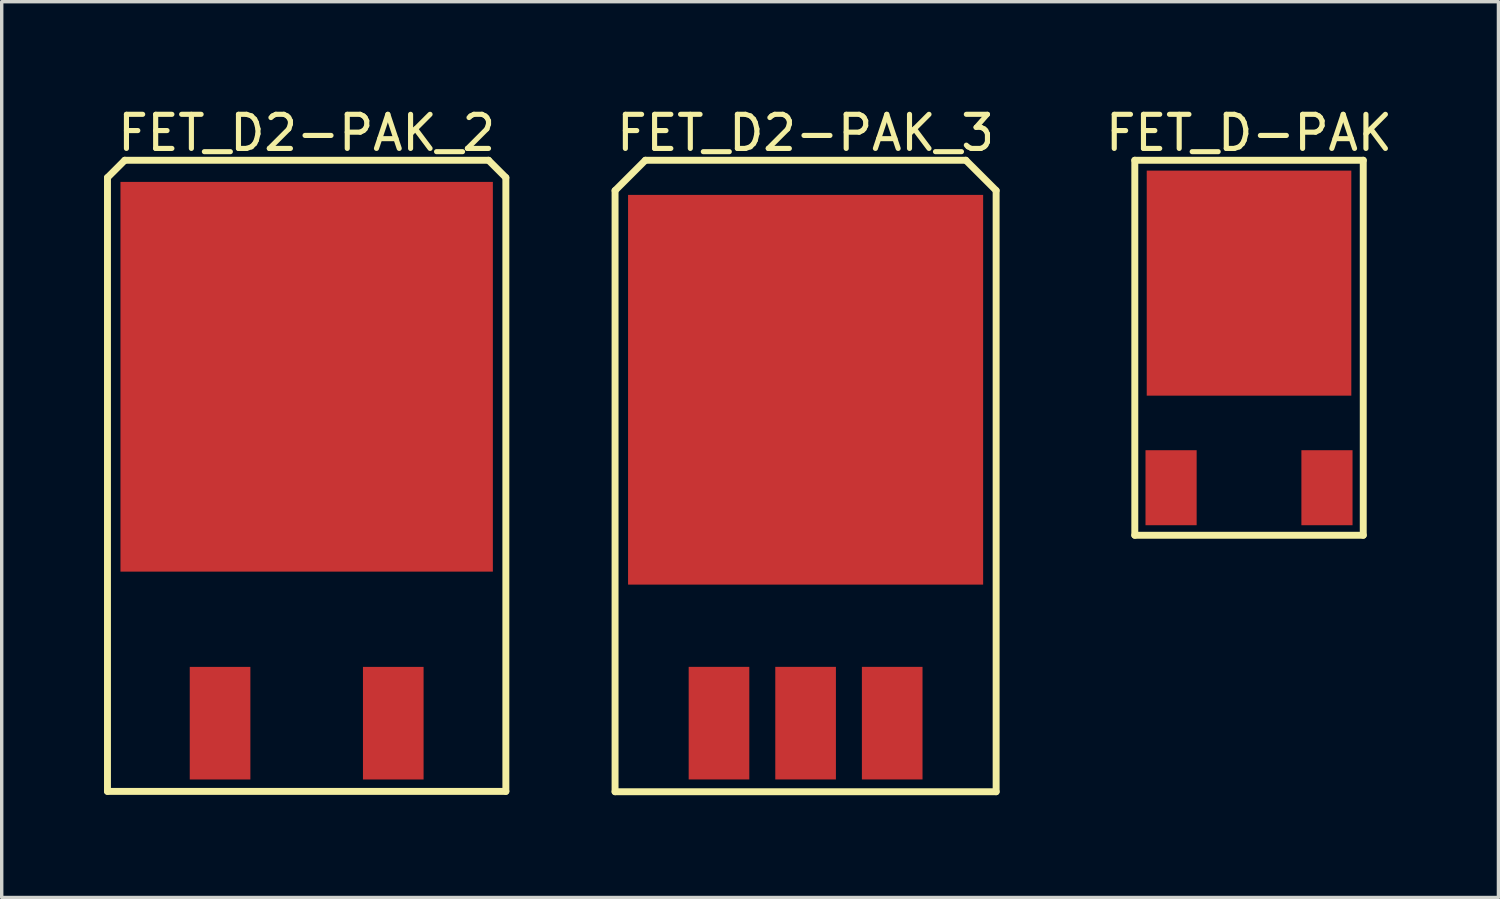
<source format=kicad_pcb>
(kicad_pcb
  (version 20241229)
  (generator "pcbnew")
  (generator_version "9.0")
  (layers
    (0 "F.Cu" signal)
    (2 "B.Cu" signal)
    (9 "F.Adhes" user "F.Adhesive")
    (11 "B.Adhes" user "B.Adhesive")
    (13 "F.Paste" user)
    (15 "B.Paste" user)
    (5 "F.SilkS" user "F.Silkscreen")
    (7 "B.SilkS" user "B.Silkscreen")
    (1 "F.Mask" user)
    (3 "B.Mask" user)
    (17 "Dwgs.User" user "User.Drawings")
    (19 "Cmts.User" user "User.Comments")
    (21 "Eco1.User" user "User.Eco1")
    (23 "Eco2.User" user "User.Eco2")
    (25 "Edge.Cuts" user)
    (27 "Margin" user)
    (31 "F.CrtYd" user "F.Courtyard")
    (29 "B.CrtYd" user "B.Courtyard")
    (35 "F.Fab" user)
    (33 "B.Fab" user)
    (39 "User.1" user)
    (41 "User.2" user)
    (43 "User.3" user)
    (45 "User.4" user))
  (footprint "FET_D-PAK"
    (layer "F.Cu")
    (at 33.582 8.254)
    (property "Reference" "FET_D-PAK" (at -0.0002 -7.406 0) (layer "F.SilkS") (effects (font (size 1 1) (thickness 0.15))))
    (fp_line (start -3.35 -6.604) (end 3.35 -6.604) (stroke (width 0.203) (type solid)) (layer "F.SilkS"))
    (fp_line (start -3.35 4.394) (end -3.35 -6.604) (stroke (width 0.203) (type solid)) (layer "F.SilkS"))
    (fp_line (start -3.35 4.394) (end 3.35 4.394) (stroke (width 0.203) (type solid)) (layer "F.SilkS"))
    (fp_line (start 3.35 4.394) (end 3.35 -6.604) (stroke (width 0.203) (type solid)) (layer "F.SilkS"))
    (pad "D" smd rect (at 0 -3) (size 6 6.6) (layers "F.Cu" "F.Mask" "F.Paste"))
    (pad "G" smd rect (at -2.286 3) (size 1.5 2.2) (layers "F.Cu" "F.Mask" "F.Paste"))
    (pad "S" smd rect (at 2.286 3) (size 1.5 2.2) (layers "F.Cu" "F.Mask" "F.Paste")))
  (footprint "FET_D2-PAK_2"
    (layer "F.Cu")
    (at 5.944 18.16)
    (property "Reference" "FET_D2-PAK_2" (at 0 -17.312 0) (layer "F.SilkS") (effects (font (size 1 1) (thickness 0.15))))
    (fp_line (start -5.842 -16.002) (end -5.334 -16.51) (stroke (width 0.203) (type solid)) (layer "F.SilkS"))
    (fp_line (start -5.842 2) (end -5.842 -16.002) (stroke (width 0.203) (type solid)) (layer "F.SilkS"))
    (fp_line (start -5.842 2) (end 5.842 2) (stroke (width 0.203) (type solid)) (layer "F.SilkS"))
    (fp_line (start -5.334 -16.51) (end 5.334 -16.51) (stroke (width 0.203) (type solid)) (layer "F.SilkS"))
    (fp_line (start 5.334 -16.51) (end 5.842 -16.002) (stroke (width 0.203) (type solid)) (layer "F.SilkS"))
    (fp_line (start 5.842 2) (end 5.842 -16.002) (stroke (width 0.203) (type solid)) (layer "F.SilkS"))
    (pad "D" smd rect (at 0 -10.16) (size 10.922 11.43) (layers "F.Cu" "F.Mask" "F.Paste"))
    (pad "G" smd rect (at -2.54 0) (size 1.778 3.302) (layers "F.Cu" "F.Mask" "F.Paste"))
    (pad "S" smd rect (at 2.54 0) (size 1.778 3.302) (layers "F.Cu" "F.Mask" "F.Paste")))
  (footprint "FET_D2-PAK_3"
    (layer "F.Cu")
    (at 20.577 13.27)
    (property "Reference" "FET_D2-PAK_3" (at 0 -12.422 0) (layer "F.SilkS") (effects (font (size 1 1) (thickness 0.15))))
    (fp_line (start -5.588 -10.732) (end -4.699 -11.62) (stroke (width 0.203) (type solid)) (layer "F.SilkS"))
    (fp_line (start -5.588 6.9) (end -5.588 -10.732) (stroke (width 0.203) (type solid)) (layer "F.SilkS"))
    (fp_line (start -5.588 6.9) (end 5.588 6.9) (stroke (width 0.203) (type solid)) (layer "F.SilkS"))
    (fp_line (start -4.699 -11.62) (end 4.699 -11.62) (stroke (width 0.203) (type solid)) (layer "F.SilkS"))
    (fp_line (start 4.699 -11.62) (end 5.588 -10.732) (stroke (width 0.203) (type solid)) (layer "F.SilkS"))
    (fp_line (start 5.588 6.9) (end 5.588 -10.732) (stroke (width 0.203) (type solid)) (layer "F.SilkS"))
    (pad "D" smd rect (at 0 -4.889) (size 10.414 11.43) (layers "F.Cu" "F.Mask" "F.Paste"))
    (pad "D" smd rect (at 0 4.889) (size 1.778 3.302) (layers "F.Cu" "F.Mask" "F.Paste"))
    (pad "G" smd rect (at -2.54 4.889) (size 1.778 3.302) (layers "F.Cu" "F.Mask" "F.Paste"))
    (pad "S" smd rect (at 2.54 4.889) (size 1.778 3.302) (layers "F.Cu" "F.Mask" "F.Paste")))
  (gr_rect
    (start -3 -3)
    (end 40.897 23.272)
    (stroke (width 0.1) (type default))
    (fill no)
    (layer "Edge.Cuts")))
</source>
